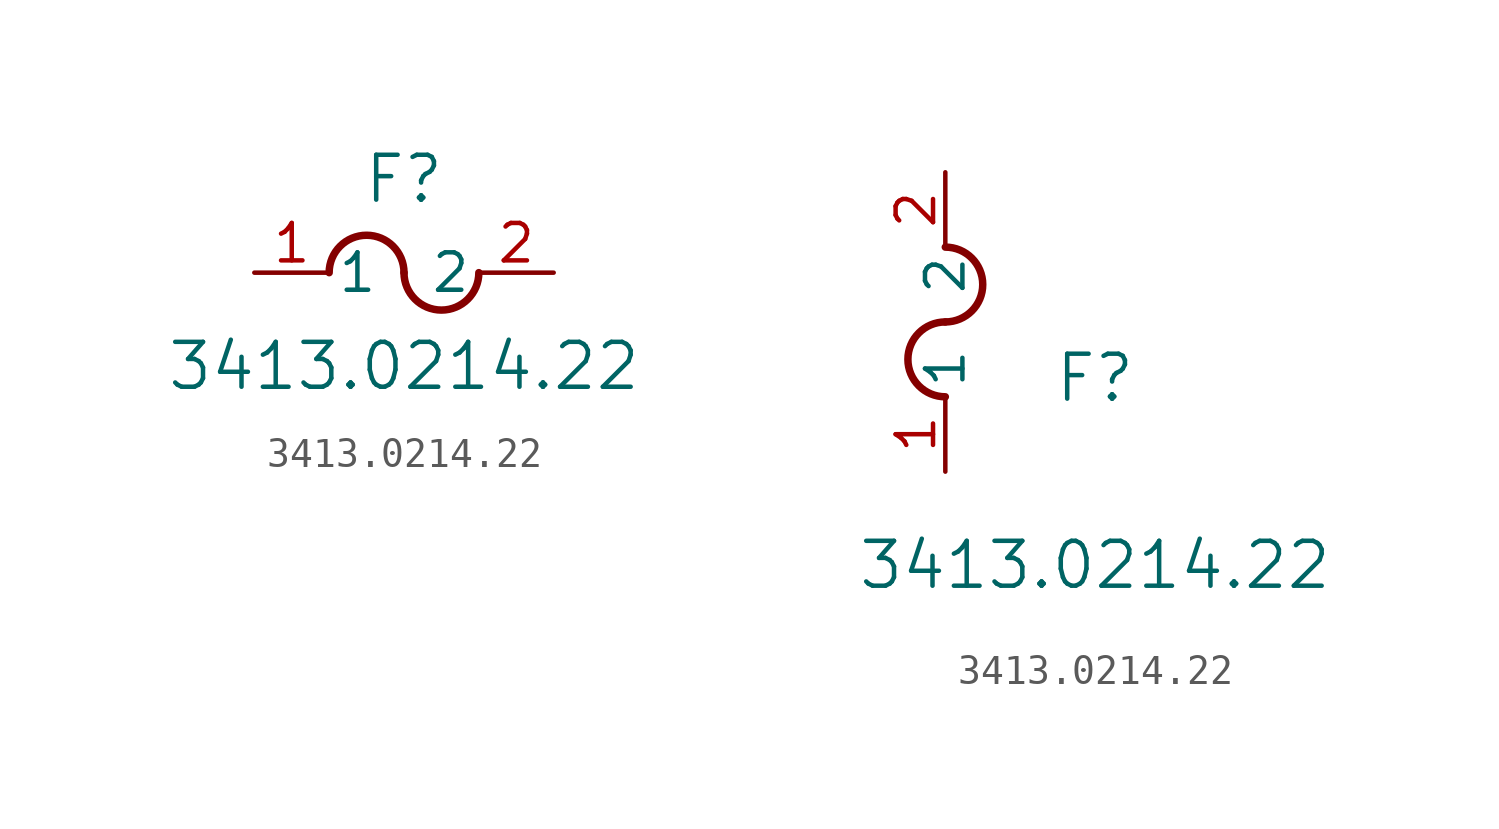
<source format=kicad_sym>
(kicad_symbol_lib
  (version 20211014)
  (generator kicad_symbol_editor)
  (symbol "3413.0214.22"
    (pin_names
      (offset 0.254))
    (property "Reference" "F"
      (at 5.08 3.175 0)
      (effects (font (size 1.524 1.524))))
    (property "Value" "3413.0214.22"
      (at 5.08 -3.175 0)
      (effects (font (size 1.524 1.524))))
    (symbol "3413.0214.22_1_1"
      (arc (start 5.08 0) (mid 3.81 1.27) (end 2.54 0) (stroke (width 0.254) (type default) (color 0 0 0 0)) (fill (type none)))
      (arc (start 5.08 0) (mid 6.35 -1.27) (end 7.62 0) (stroke (width 0.254) (type default) (color 0 0 0 0)) (fill (type none)))
      (pin unspecified line (at 0 0 0) (length 2.54) (name "1" (effects (font (size 1.27 1.27)))) (number "1" (effects (font (size 1.27 1.27)))))
      (pin unspecified line (at 10.16 0 180) (length 2.54) (name "2" (effects (font (size 1.27 1.27)))) (number "2" (effects (font (size 1.27 1.27))))))
    (symbol "3413.0214.22_1_2"
      (arc (start 0 5.08) (mid -1.27 3.81) (end 0 2.54) (stroke (width 0.254) (type default) (color 0 0 0 0)) (fill (type none)))
      (arc (start 0 5.08) (mid 1.27 6.35) (end 0 7.62) (stroke (width 0.254) (type default) (color 0 0 0 0)) (fill (type none)))
      (pin unspecified line (at 0 0 90) (length 2.54) (name "1" (effects (font (size 1.27 1.27)))) (number "1" (effects (font (size 1.27 1.27)))))
      (pin unspecified line (at 0 10.16 270) (length 2.54) (name "2" (effects (font (size 1.27 1.27)))) (number "2" (effects (font (size 1.27 1.27))))))))
</source>
